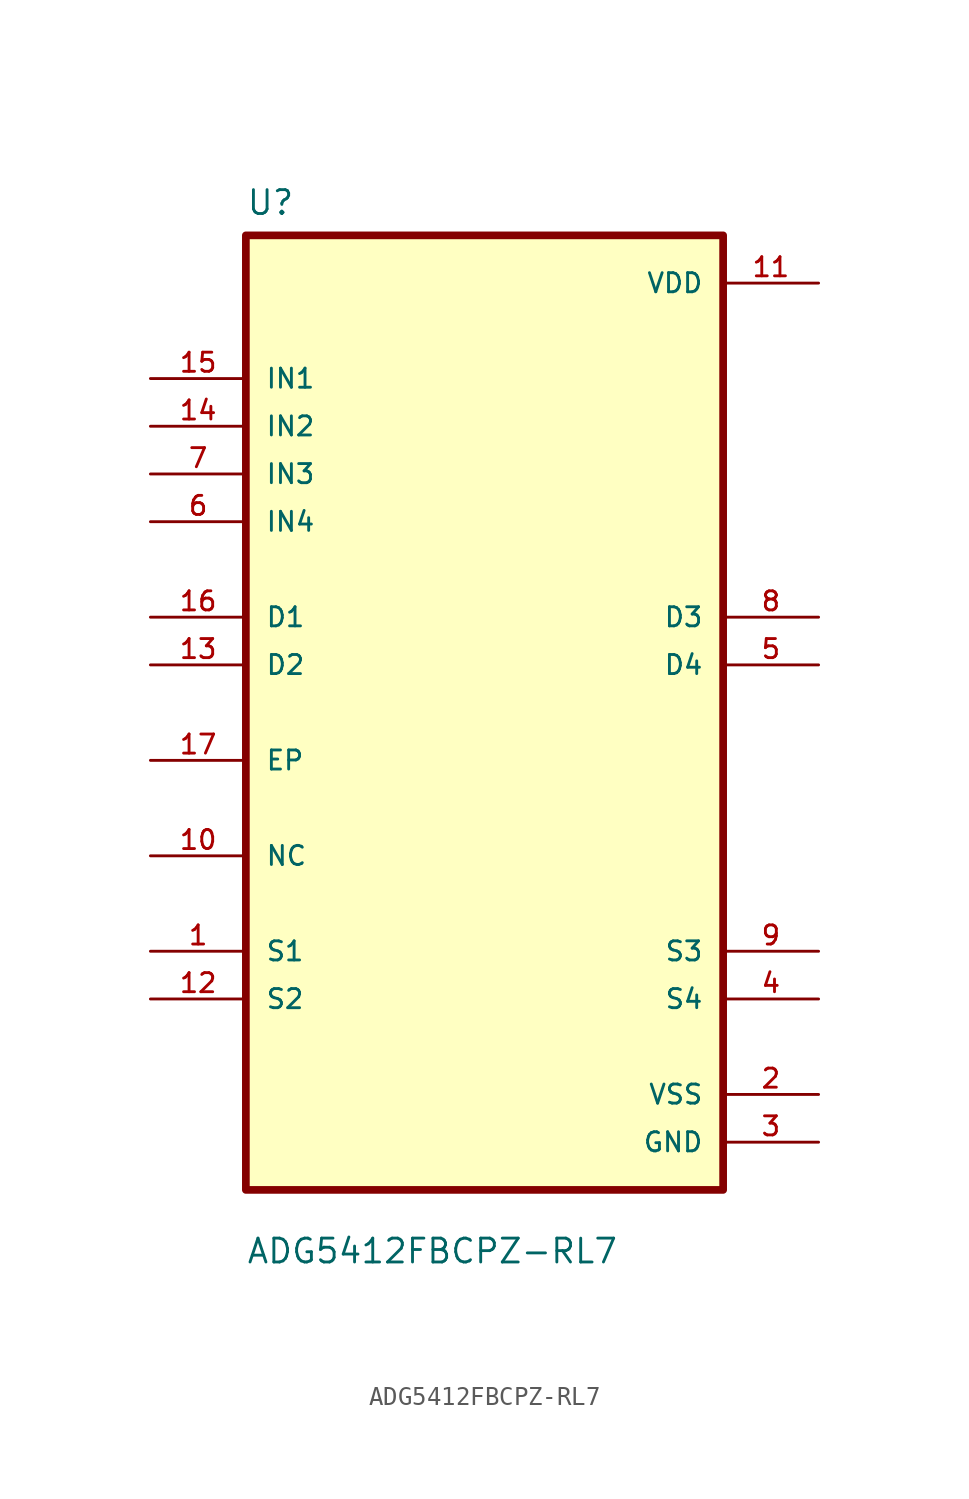
<source format=kicad_sym>
(kicad_symbol_lib
  (version 20211014)
  (generator kicad_symbol_editor)
  (symbol "ADG5412FBCPZ-RL7"
    (pin_names
      (offset 1.016))
    (property "Reference" "U"
      (at -12.7 26.4 0.0)
      (effects (font (size 1.27 1.27)) (justify bottom left)))
    (property "Value" "ADG5412FBCPZ-RL7"
      (at -12.7 -29.4 0.0)
      (effects (font (size 1.27 1.27)) (justify bottom left)))
    (symbol "ADG5412FBCPZ-RL7_0_0"
      (rectangle (start -12.7 -25.4) (end 12.7 25.4) (stroke (width 0.41)) (fill (type background)))
      (pin input line (at -17.78 17.78 0) (length 5.08) (name "IN1" (effects (font (size 1.016 1.016)))) (number "15" (effects (font (size 1.016 1.016)))))
      (pin input line (at -17.78 15.24 0) (length 5.08) (name "IN2" (effects (font (size 1.016 1.016)))) (number "14" (effects (font (size 1.016 1.016)))))
      (pin input line (at -17.78 12.7 0) (length 5.08) (name "IN3" (effects (font (size 1.016 1.016)))) (number "7" (effects (font (size 1.016 1.016)))))
      (pin input line (at -17.78 10.16 0) (length 5.08) (name "IN4" (effects (font (size 1.016 1.016)))) (number "6" (effects (font (size 1.016 1.016)))))
      (pin bidirectional line (at -17.78 5.08 0) (length 5.08) (name "D1" (effects (font (size 1.016 1.016)))) (number "16" (effects (font (size 1.016 1.016)))))
      (pin bidirectional line (at -17.78 2.54 0) (length 5.08) (name "D2" (effects (font (size 1.016 1.016)))) (number "13" (effects (font (size 1.016 1.016)))))
      (pin bidirectional line (at -17.78 -2.54 0) (length 5.08) (name "EP" (effects (font (size 1.016 1.016)))) (number "17" (effects (font (size 1.016 1.016)))))
      (pin bidirectional line (at -17.78 -7.62 0) (length 5.08) (name "NC" (effects (font (size 1.016 1.016)))) (number "10" (effects (font (size 1.016 1.016)))))
      (pin bidirectional line (at -17.78 -12.7 0) (length 5.08) (name "S1" (effects (font (size 1.016 1.016)))) (number "1" (effects (font (size 1.016 1.016)))))
      (pin bidirectional line (at -17.78 -15.24 0) (length 5.08) (name "S2" (effects (font (size 1.016 1.016)))) (number "12" (effects (font (size 1.016 1.016)))))
      (pin power_in line (at 17.78 22.86 180.0) (length 5.08) (name "VDD" (effects (font (size 1.016 1.016)))) (number "11" (effects (font (size 1.016 1.016)))))
      (pin bidirectional line (at 17.78 5.08 180.0) (length 5.08) (name "D3" (effects (font (size 1.016 1.016)))) (number "8" (effects (font (size 1.016 1.016)))))
      (pin bidirectional line (at 17.78 2.54 180.0) (length 5.08) (name "D4" (effects (font (size 1.016 1.016)))) (number "5" (effects (font (size 1.016 1.016)))))
      (pin bidirectional line (at 17.78 -12.7 180.0) (length 5.08) (name "S3" (effects (font (size 1.016 1.016)))) (number "9" (effects (font (size 1.016 1.016)))))
      (pin bidirectional line (at 17.78 -15.24 180.0) (length 5.08) (name "S4" (effects (font (size 1.016 1.016)))) (number "4" (effects (font (size 1.016 1.016)))))
      (pin power_in line (at 17.78 -20.32 180.0) (length 5.08) (name "VSS" (effects (font (size 1.016 1.016)))) (number "2" (effects (font (size 1.016 1.016)))))
      (pin power_in line (at 17.78 -22.86 180.0) (length 5.08) (name "GND" (effects (font (size 1.016 1.016)))) (number "3" (effects (font (size 1.016 1.016))))))))
</source>
